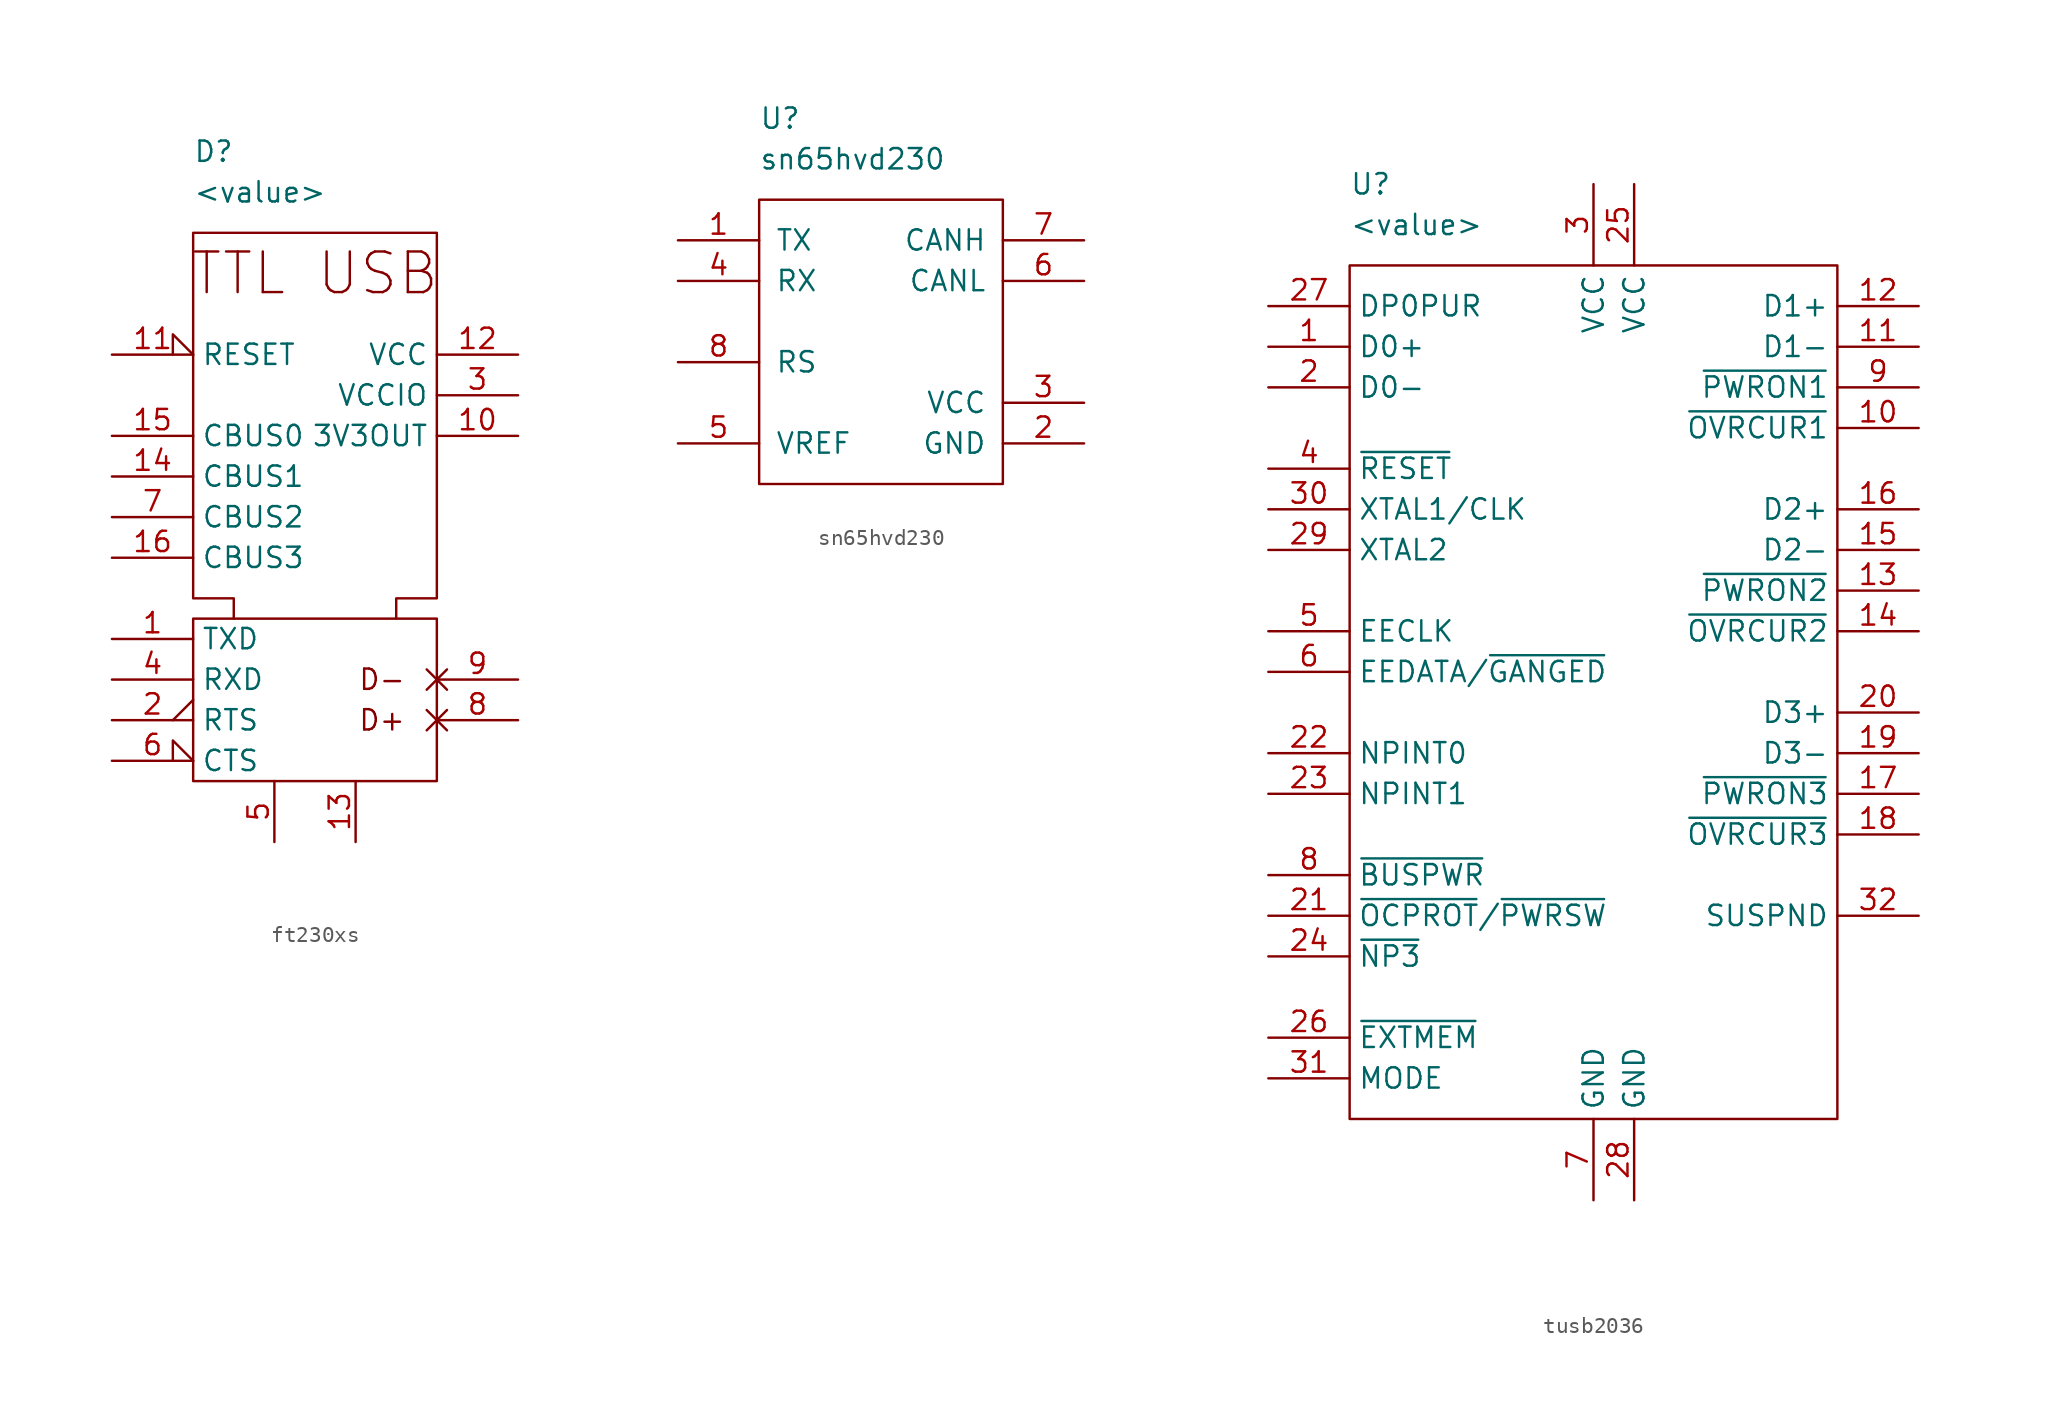
<source format=kicad_sym>
(kicad_symbol_lib
  (version 20231120)
  (generator "kicad_symbol_editor")
  (generator_version "8.0")
  (symbol "ft230xs"
    (property "Reference" "D"
      (at -7.62 5.08 0)
      (effects (font (size 1.27 1.27)) (justify left)))
    (property "Value" "<value>"
      (at -7.62 2.54 0)
      (effects (font (size 1.27 1.27)) (justify left)))
    (symbol "ft230xs_0_1"
      (rectangle (start -7.62 -24.13) (end 7.62 -34.29) (stroke (width 0) (type default)) (fill (type none)))
      (polyline (pts (xy -5.08 -24.13) (xy -5.08 -22.86) (xy -7.62 -22.86) (xy -7.62 0) (xy 7.62 0) (xy 7.62 -22.86) (xy 5.08 -22.86) (xy 5.08 -24.13)) (stroke (width 0) (type default)) (fill (type none))))
    (symbol "ft230xs_1_1"
      (text "D+" (at 5.715 -30.48 0) (effects (font (size 1.27 1.27)) (justify right)))
      (text "D-" (at 5.715 -27.94 0) (effects (font (size 1.27 1.27)) (justify right)))
      (text "TTL USB" (at 0 -2.54 0) (effects (font (size 2.54 2.54))))
      (pin output line (at -12.7 -25.4 0) (length 5.08) (name "TXD" (effects (font (size 1.27 1.27)))) (number "1" (effects (font (size 1.27 1.27)))))
      (pin power_out line (at 12.7 -12.7 180) (length 5.08) (name "3V3OUT" (effects (font (size 1.27 1.27)))) (number "10" (effects (font (size 1.27 1.27)))))
      (pin input input_low (at -12.7 -7.62 0) (length 5.08) (name "RESET" (effects (font (size 1.27 1.27)))) (number "11" (effects (font (size 1.27 1.27)))))
      (pin power_in line (at 12.7 -7.62 180) (length 5.08) (name "VCC" (effects (font (size 1.27 1.27)))) (number "12" (effects (font (size 1.27 1.27)))))
      (pin power_in line (at 2.54 -38.1 90) (length 3.81) (name "" (effects (font (size 1.27 1.27)))) (number "13" (effects (font (size 1.27 1.27)))))
      (pin bidirectional line (at -12.7 -15.24 0) (length 5.08) (name "CBUS1" (effects (font (size 1.27 1.27)))) (number "14" (effects (font (size 1.27 1.27)))))
      (pin bidirectional line (at -12.7 -12.7 0) (length 5.08) (name "CBUS0" (effects (font (size 1.27 1.27)))) (number "15" (effects (font (size 1.27 1.27)))))
      (pin bidirectional line (at -12.7 -20.32 0) (length 5.08) (name "CBUS3" (effects (font (size 1.27 1.27)))) (number "16" (effects (font (size 1.27 1.27)))))
      (pin output output_low (at -12.7 -30.48 0) (length 5.08) (name "RTS" (effects (font (size 1.27 1.27)))) (number "2" (effects (font (size 1.27 1.27)))))
      (pin power_in line (at 12.7 -10.16 180) (length 5.08) (name "VCCIO" (effects (font (size 1.27 1.27)))) (number "3" (effects (font (size 1.27 1.27)))))
      (pin input line (at -12.7 -27.94 0) (length 5.08) (name "RXD" (effects (font (size 1.27 1.27)))) (number "4" (effects (font (size 1.27 1.27)))))
      (pin power_in line (at -2.54 -38.1 90) (length 3.81) (name "" (effects (font (size 1.27 1.27)))) (number "5" (effects (font (size 1.27 1.27)))))
      (pin input input_low (at -12.7 -33.02 0) (length 5.08) (name "CTS" (effects (font (size 1.27 1.27)))) (number "6" (effects (font (size 1.27 1.27)))))
      (pin bidirectional line (at -12.7 -17.78 0) (length 5.08) (name "CBUS2" (effects (font (size 1.27 1.27)))) (number "7" (effects (font (size 1.27 1.27)))))
      (pin bidirectional non_logic (at 12.7 -30.48 180) (length 5.08) (name "" (effects (font (size 1.27 1.27)))) (number "8" (effects (font (size 1.27 1.27)))))
      (pin bidirectional non_logic (at 12.7 -27.94 180) (length 5.08) (name "" (effects (font (size 1.27 1.27)))) (number "9" (effects (font (size 1.27 1.27)))))))
  (symbol "sn65hvd230"
    (pin_names
      (offset 1))
    (property "Reference" "U"
      (at 5.08 5.08 0)
      (effects (font (size 1.27 1.27)) (justify left)))
    (property "Value" "sn65hvd230"
      (at 5.08 2.54 0)
      (effects (font (size 1.27 1.27)) (justify left)))
    (symbol "sn65hvd230_0_1"
      (rectangle (start 5.08 0) (end 20.32 -17.78) (stroke (width 0) (type default)) (fill (type none))))
    (symbol "sn65hvd230_1_1"
      (pin input line (at 0 -2.54 0) (length 5.08) (name "TX" (effects (font (size 1.27 1.27)))) (number "1" (effects (font (size 1.27 1.27)))))
      (pin power_in line (at 25.4 -15.24 180) (length 5.08) (name "GND" (effects (font (size 1.27 1.27)))) (number "2" (effects (font (size 1.27 1.27)))))
      (pin power_in line (at 25.4 -12.7 180) (length 5.08) (name "VCC" (effects (font (size 1.27 1.27)))) (number "3" (effects (font (size 1.27 1.27)))))
      (pin output line (at 0 -5.08 0) (length 5.08) (name "RX" (effects (font (size 1.27 1.27)))) (number "4" (effects (font (size 1.27 1.27)))))
      (pin output line (at 0 -15.24 0) (length 5.08) (name "VREF" (effects (font (size 1.27 1.27)))) (number "5" (effects (font (size 1.27 1.27)))))
      (pin bidirectional line (at 25.4 -5.08 180) (length 5.08) (name "CANL" (effects (font (size 1.27 1.27)))) (number "6" (effects (font (size 1.27 1.27)))))
      (pin bidirectional line (at 25.4 -2.54 180) (length 5.08) (name "CANH" (effects (font (size 1.27 1.27)))) (number "7" (effects (font (size 1.27 1.27)))))
      (pin input line (at 0 -10.16 0) (length 5.08) (name "RS" (effects (font (size 1.27 1.27)))) (number "8" (effects (font (size 1.27 1.27)))))))
  (symbol "tusb2036"
    (property "Reference" "U"
      (at 5.08 5.08 0)
      (effects (font (size 1.27 1.27)) (justify left)))
    (property "Value" "<value>"
      (at 5.08 2.54 0)
      (effects (font (size 1.27 1.27)) (justify left)))
    (symbol "tusb2036_0_1"
      (rectangle (start 5.08 0) (end 35.56 -53.34) (stroke (width 0) (type default)) (fill (type none))))
    (symbol "tusb2036_1_1"
      (pin bidirectional line (at 0 -5.08 0) (length 5.08) (name "D0+" (effects (font (size 1.27 1.27)))) (number "1" (effects (font (size 1.27 1.27)))))
      (pin input line (at 40.64 -10.16 180) (length 5.08) (name "~{OVRCUR1}" (effects (font (size 1.27 1.27)))) (number "10" (effects (font (size 1.27 1.27)))))
      (pin bidirectional line (at 40.64 -5.08 180) (length 5.08) (name "D1-" (effects (font (size 1.27 1.27)))) (number "11" (effects (font (size 1.27 1.27)))))
      (pin bidirectional line (at 40.64 -2.54 180) (length 5.08) (name "D1+" (effects (font (size 1.27 1.27)))) (number "12" (effects (font (size 1.27 1.27)))))
      (pin output line (at 40.64 -20.32 180) (length 5.08) (name "~{PWRON2}" (effects (font (size 1.27 1.27)))) (number "13" (effects (font (size 1.27 1.27)))))
      (pin input line (at 40.64 -22.86 180) (length 5.08) (name "~{OVRCUR2}" (effects (font (size 1.27 1.27)))) (number "14" (effects (font (size 1.27 1.27)))))
      (pin bidirectional line (at 40.64 -17.78 180) (length 5.08) (name "D2-" (effects (font (size 1.27 1.27)))) (number "15" (effects (font (size 1.27 1.27)))))
      (pin bidirectional line (at 40.64 -15.24 180) (length 5.08) (name "D2+" (effects (font (size 1.27 1.27)))) (number "16" (effects (font (size 1.27 1.27)))))
      (pin output line (at 40.64 -33.02 180) (length 5.08) (name "~{PWRON3}" (effects (font (size 1.27 1.27)))) (number "17" (effects (font (size 1.27 1.27)))))
      (pin input line (at 40.64 -35.56 180) (length 5.08) (name "~{OVRCUR3}" (effects (font (size 1.27 1.27)))) (number "18" (effects (font (size 1.27 1.27)))))
      (pin bidirectional line (at 40.64 -30.48 180) (length 5.08) (name "D3-" (effects (font (size 1.27 1.27)))) (number "19" (effects (font (size 1.27 1.27)))))
      (pin bidirectional line (at 0 -7.62 0) (length 5.08) (name "D0-" (effects (font (size 1.27 1.27)))) (number "2" (effects (font (size 1.27 1.27)))))
      (pin bidirectional line (at 40.64 -27.94 180) (length 5.08) (name "D3+" (effects (font (size 1.27 1.27)))) (number "20" (effects (font (size 1.27 1.27)))))
      (pin input line (at 0 -40.64 0) (length 5.08) (name "~{OCPROT}/~{PWRSW}" (effects (font (size 1.27 1.27)))) (number "21" (effects (font (size 1.27 1.27)))))
      (pin input line (at 0 -30.48 0) (length 5.08) (name "NPINT0" (effects (font (size 1.27 1.27)))) (number "22" (effects (font (size 1.27 1.27)))))
      (pin input line (at 0 -33.02 0) (length 5.08) (name "NPINT1" (effects (font (size 1.27 1.27)))) (number "23" (effects (font (size 1.27 1.27)))))
      (pin input line (at 0 -43.18 0) (length 5.08) (name "~{NP3}" (effects (font (size 1.27 1.27)))) (number "24" (effects (font (size 1.27 1.27)))))
      (pin power_in line (at 22.86 5.08 270) (length 5.08) (name "VCC" (effects (font (size 1.27 1.27)))) (number "25" (effects (font (size 1.27 1.27)))))
      (pin input line (at 0 -48.26 0) (length 5.08) (name "~{EXTMEM}" (effects (font (size 1.27 1.27)))) (number "26" (effects (font (size 1.27 1.27)))))
      (pin output line (at 0 -2.54 0) (length 5.08) (name "DP0PUR" (effects (font (size 1.27 1.27)))) (number "27" (effects (font (size 1.27 1.27)))))
      (pin power_in line (at 22.86 -58.42 90) (length 5.08) (name "GND" (effects (font (size 1.27 1.27)))) (number "28" (effects (font (size 1.27 1.27)))))
      (pin output line (at 0 -17.78 0) (length 5.08) (name "XTAL2" (effects (font (size 1.27 1.27)))) (number "29" (effects (font (size 1.27 1.27)))))
      (pin power_in line (at 20.32 5.08 270) (length 5.08) (name "VCC" (effects (font (size 1.27 1.27)))) (number "3" (effects (font (size 1.27 1.27)))))
      (pin input line (at 0 -15.24 0) (length 5.08) (name "XTAL1/CLK" (effects (font (size 1.27 1.27)))) (number "30" (effects (font (size 1.27 1.27)))))
      (pin input line (at 0 -50.8 0) (length 5.08) (name "MODE" (effects (font (size 1.27 1.27)))) (number "31" (effects (font (size 1.27 1.27)))))
      (pin output line (at 40.64 -40.64 180) (length 5.08) (name "SUSPND" (effects (font (size 1.27 1.27)))) (number "32" (effects (font (size 1.27 1.27)))))
      (pin input line (at 0 -12.7 0) (length 5.08) (name "~{RESET}" (effects (font (size 1.27 1.27)))) (number "4" (effects (font (size 1.27 1.27)))))
      (pin output line (at 0 -22.86 0) (length 5.08) (name "EECLK" (effects (font (size 1.27 1.27)))) (number "5" (effects (font (size 1.27 1.27)))))
      (pin bidirectional line (at 0 -25.4 0) (length 5.08) (name "EEDATA/~{GANGED}" (effects (font (size 1.27 1.27)))) (number "6" (effects (font (size 1.27 1.27)))))
      (pin power_in line (at 20.32 -58.42 90) (length 5.08) (name "GND" (effects (font (size 1.27 1.27)))) (number "7" (effects (font (size 1.27 1.27)))))
      (pin input line (at 0 -38.1 0) (length 5.08) (name "~{BUSPWR}" (effects (font (size 1.27 1.27)))) (number "8" (effects (font (size 1.27 1.27)))))
      (pin output line (at 40.64 -7.62 180) (length 5.08) (name "~{PWRON1}" (effects (font (size 1.27 1.27)))) (number "9" (effects (font (size 1.27 1.27))))))))
</source>
